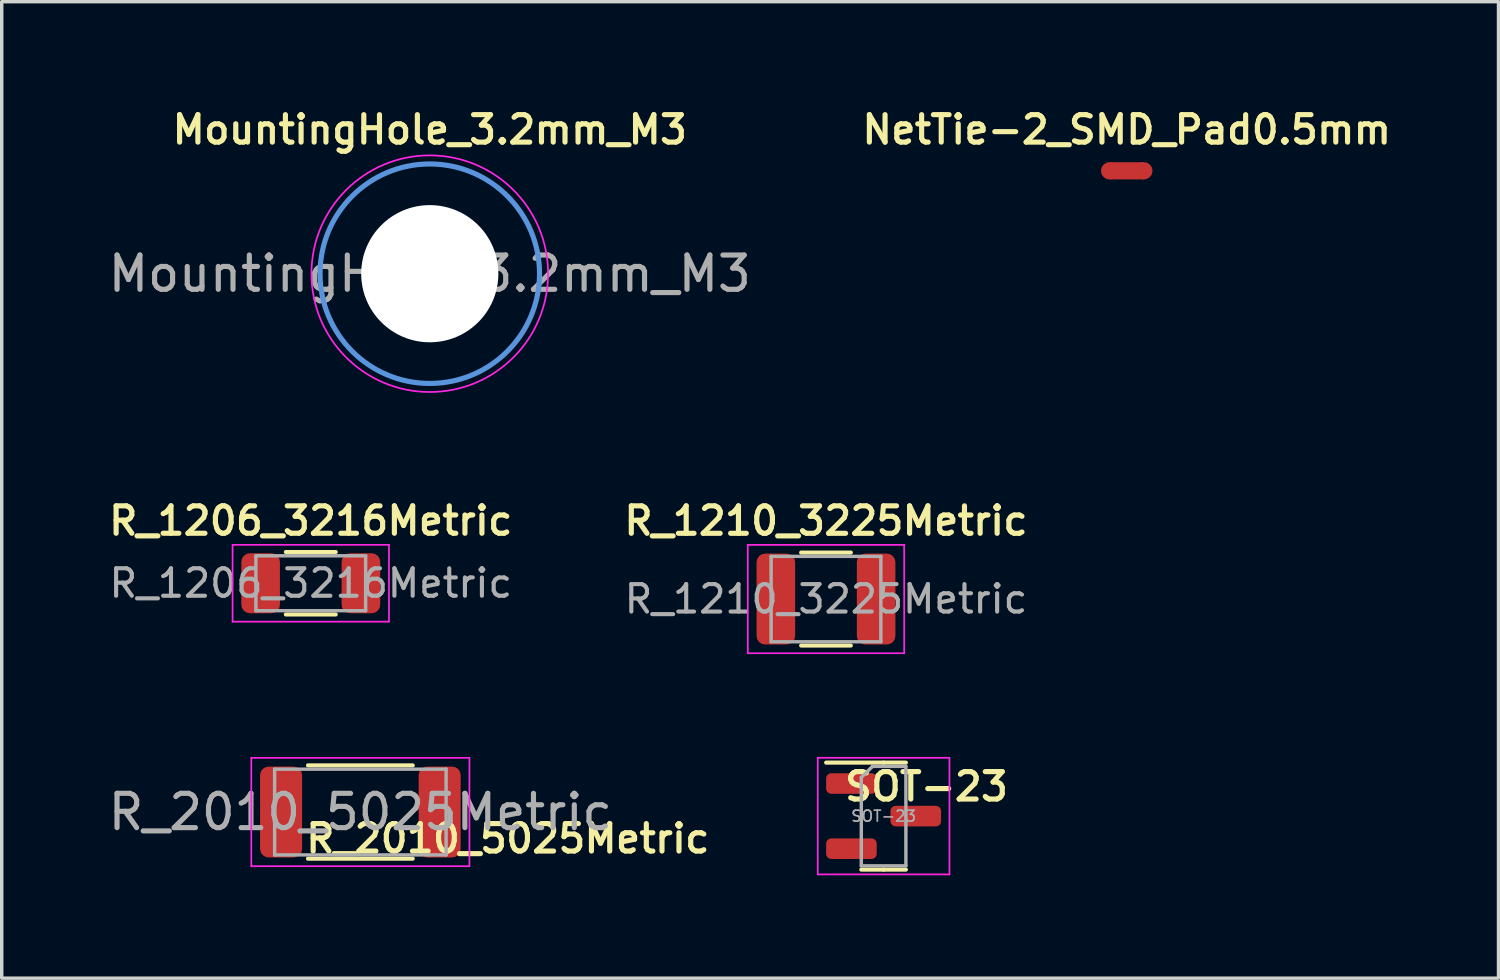
<source format=kicad_pcb>
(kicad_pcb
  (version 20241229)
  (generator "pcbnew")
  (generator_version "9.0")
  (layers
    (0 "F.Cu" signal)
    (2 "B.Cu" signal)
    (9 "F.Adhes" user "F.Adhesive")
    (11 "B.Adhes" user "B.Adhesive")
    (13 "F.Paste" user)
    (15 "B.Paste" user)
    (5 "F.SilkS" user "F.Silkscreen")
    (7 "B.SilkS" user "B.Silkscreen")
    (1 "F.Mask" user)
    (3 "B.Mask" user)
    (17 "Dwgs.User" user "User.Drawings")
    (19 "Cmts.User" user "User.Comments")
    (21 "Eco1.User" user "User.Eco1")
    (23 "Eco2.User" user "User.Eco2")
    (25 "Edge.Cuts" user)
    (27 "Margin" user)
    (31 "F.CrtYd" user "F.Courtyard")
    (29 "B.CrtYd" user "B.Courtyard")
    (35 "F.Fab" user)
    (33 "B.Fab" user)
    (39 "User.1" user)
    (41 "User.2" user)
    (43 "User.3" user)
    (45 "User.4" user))
  (footprint "R_2010_5025Metric"
    (layer "F.Cu")
    (at 7.458 20.628)
    (property "Reference" "R_2010_5025Metric" (at 4.3 0.775 0) (layer "F.SilkS") (effects (font (size 0.8 0.8) (thickness 0.15))))
    (attr smd)
    (fp_line (start -1.527 -1.36) (end 1.527 -1.36) (stroke (width 0.12) (type solid)) (layer "F.SilkS"))
    (fp_line (start -1.527 1.36) (end 1.527 1.36) (stroke (width 0.12) (type solid)) (layer "F.SilkS"))
    (fp_line (start -3.18 -1.58) (end 3.18 -1.58) (stroke (width 0.05) (type solid)) (layer "F.CrtYd"))
    (fp_line (start -3.18 1.58) (end -3.18 -1.58) (stroke (width 0.05) (type solid)) (layer "F.CrtYd"))
    (fp_line (start 3.18 -1.58) (end 3.18 1.58) (stroke (width 0.05) (type solid)) (layer "F.CrtYd"))
    (fp_line (start 3.18 1.58) (end -3.18 1.58) (stroke (width 0.05) (type solid)) (layer "F.CrtYd"))
    (fp_line (start -2.5 -1.25) (end 2.5 -1.25) (stroke (width 0.1) (type solid)) (layer "F.Fab"))
    (fp_line (start -2.5 1.25) (end -2.5 -1.25) (stroke (width 0.1) (type solid)) (layer "F.Fab"))
    (fp_line (start 2.5 -1.25) (end 2.5 1.25) (stroke (width 0.1) (type solid)) (layer "F.Fab"))
    (fp_line (start 2.5 1.25) (end -2.5 1.25) (stroke (width 0.1) (type solid)) (layer "F.Fab"))
    (fp_text user "${REFERENCE}" (at 0 0 0) (layer "F.Fab") (effects (font (size 1 1) (thickness 0.15))))
    (pad "1" smd roundrect (at -2.312 0) (size 1.225 2.65) (layers "F.Cu" "F.Mask" "F.Paste") (roundrect_rratio 0.204))
    (pad "2" smd roundrect (at 2.312 0) (size 1.225 2.65) (layers "F.Cu" "F.Mask" "F.Paste") (roundrect_rratio 0.204)))
  (footprint "NetTie-2_SMD_Pad0.5mm"
    (layer "F.Cu")
    (at 29.805 1.931)
    (property "Reference" "NetTie-2_SMD_Pad0.5mm" (at 0 -1.2 0) (layer "F.SilkS") (effects (font (size 0.8 0.8) (thickness 0.15))))
    (attr exclude_from_pos_files exclude_from_bom allow_missing_courtyard)
    (fp_poly (pts (xy -0.5 -0.25) (xy 0.5 -0.25) (xy 0.5 0.25) (xy -0.5 0.25)) (stroke (width 0) (type solid)) (fill yes) (layer "F.Cu"))
    (pad "1" smd circle (at -0.5 0 180) (size 0.5 0.5) (layers "F.Cu"))
    (pad "2" smd circle (at 0.5 0 180) (size 0.5 0.5) (layers "F.Cu")))
  (footprint "MountingHole_3.2mm_M3"
    (layer "F.Cu")
    (at 9.482 4.931)
    (property "Reference" "MountingHole_3.2mm_M3" (at 0 -4.2 0) (layer "F.SilkS") (effects (font (size 0.8 0.8) (thickness 0.15))))
    (attr exclude_from_pos_files exclude_from_bom)
    (fp_circle (center 0 0) (end 3.2 0) (stroke (width 0.15) (type solid)) (fill no) (layer "Cmts.User"))
    (fp_circle (center 0 0) (end 3.45 0) (stroke (width 0.05) (type solid)) (fill no) (layer "F.CrtYd"))
    (fp_text user "${REFERENCE}" (at 0 0 0) (layer "F.Fab") (effects (font (size 1 1) (thickness 0.15))))
    (pad "" np_thru_hole circle (at 0 0) (size 4 4) (drill 4) (layers "*.Cu" "*.Mask")))
  (footprint "SOT-23"
    (layer "F.Cu")
    (at 22.715 20.747)
    (property "Reference" "SOT-23" (at 1.25 -0.86 0) (layer "F.SilkS") (effects (font (size 0.8 0.8) (thickness 0.15))))
    (attr smd)
    (fp_line (start 0 -1.56) (end -1.675 -1.56) (stroke (width 0.12) (type solid)) (layer "F.SilkS"))
    (fp_line (start 0 -1.56) (end 0.65 -1.56) (stroke (width 0.12) (type solid)) (layer "F.SilkS"))
    (fp_line (start 0 1.56) (end -0.65 1.56) (stroke (width 0.12) (type solid)) (layer "F.SilkS"))
    (fp_line (start 0 1.56) (end 0.65 1.56) (stroke (width 0.12) (type solid)) (layer "F.SilkS"))
    (fp_line (start -1.92 -1.7) (end -1.92 1.7) (stroke (width 0.05) (type solid)) (layer "F.CrtYd"))
    (fp_line (start -1.92 1.7) (end 1.92 1.7) (stroke (width 0.05) (type solid)) (layer "F.CrtYd"))
    (fp_line (start 1.92 -1.7) (end -1.92 -1.7) (stroke (width 0.05) (type solid)) (layer "F.CrtYd"))
    (fp_line (start 1.92 1.7) (end 1.92 -1.7) (stroke (width 0.05) (type solid)) (layer "F.CrtYd"))
    (fp_line (start -0.65 -1.125) (end -0.325 -1.45) (stroke (width 0.1) (type solid)) (layer "F.Fab"))
    (fp_line (start -0.65 1.45) (end -0.65 -1.125) (stroke (width 0.1) (type solid)) (layer "F.Fab"))
    (fp_line (start -0.325 -1.45) (end 0.65 -1.45) (stroke (width 0.1) (type solid)) (layer "F.Fab"))
    (fp_line (start 0.65 -1.45) (end 0.65 1.45) (stroke (width 0.1) (type solid)) (layer "F.Fab"))
    (fp_line (start 0.65 1.45) (end -0.65 1.45) (stroke (width 0.1) (type solid)) (layer "F.Fab"))
    (fp_text user "${REFERENCE}" (at 0 0 0) (layer "F.Fab") (effects (font (size 0.32 0.32) (thickness 0.05))))
    (pad "1" smd roundrect (at -0.938 -0.95) (size 1.475 0.6) (layers "F.Cu" "F.Mask" "F.Paste") (roundrect_rratio 0.25))
    (pad "2" smd roundrect (at -0.938 0.95) (size 1.475 0.6) (layers "F.Cu" "F.Mask" "F.Paste") (roundrect_rratio 0.25))
    (pad "3" smd roundrect (at 0.938 0) (size 1.475 0.6) (layers "F.Cu" "F.Mask" "F.Paste") (roundrect_rratio 0.25)))
  (footprint "R_1206_3216Metric"
    (layer "F.Cu")
    (at 6.012 13.957)
    (property "Reference" "R_1206_3216Metric" (at 0 -1.82 180) (layer "F.SilkS") (effects (font (size 0.8 0.8) (thickness 0.15))))
    (attr smd)
    (fp_line (start -0.727 -0.91) (end 0.727 -0.91) (stroke (width 0.12) (type solid)) (layer "F.SilkS"))
    (fp_line (start -0.727 0.91) (end 0.727 0.91) (stroke (width 0.12) (type solid)) (layer "F.SilkS"))
    (fp_line (start -2.28 -1.12) (end 2.28 -1.12) (stroke (width 0.05) (type solid)) (layer "F.CrtYd"))
    (fp_line (start -2.28 1.12) (end -2.28 -1.12) (stroke (width 0.05) (type solid)) (layer "F.CrtYd"))
    (fp_line (start 2.28 -1.12) (end 2.28 1.12) (stroke (width 0.05) (type solid)) (layer "F.CrtYd"))
    (fp_line (start 2.28 1.12) (end -2.28 1.12) (stroke (width 0.05) (type solid)) (layer "F.CrtYd"))
    (fp_line (start -1.6 -0.8) (end 1.6 -0.8) (stroke (width 0.1) (type solid)) (layer "F.Fab"))
    (fp_line (start -1.6 0.8) (end -1.6 -0.8) (stroke (width 0.1) (type solid)) (layer "F.Fab"))
    (fp_line (start 1.6 -0.8) (end 1.6 0.8) (stroke (width 0.1) (type solid)) (layer "F.Fab"))
    (fp_line (start 1.6 0.8) (end -1.6 0.8) (stroke (width 0.1) (type solid)) (layer "F.Fab"))
    (fp_text user "${REFERENCE}" (at 0 0 180) (layer "F.Fab") (effects (font (size 0.8 0.8) (thickness 0.12))))
    (pad "1" smd roundrect (at -1.462 0) (size 1.125 1.75) (layers "F.Cu" "F.Mask" "F.Paste") (roundrect_rratio 0.222))
    (pad "2" smd roundrect (at 1.462 0) (size 1.125 1.75) (layers "F.Cu" "F.Mask" "F.Paste") (roundrect_rratio 0.222)))
  (footprint "R_1210_3225Metric"
    (layer "F.Cu")
    (at 21.035 14.418)
    (property "Reference" "R_1210_3225Metric" (at 0 -2.28 0) (layer "F.SilkS") (effects (font (size 0.8 0.8) (thickness 0.15))))
    (attr smd)
    (fp_line (start -0.724 -1.355) (end 0.724 -1.355) (stroke (width 0.12) (type solid)) (layer "F.SilkS"))
    (fp_line (start -0.724 1.355) (end 0.724 1.355) (stroke (width 0.12) (type solid)) (layer "F.SilkS"))
    (fp_line (start -2.28 -1.58) (end 2.28 -1.58) (stroke (width 0.05) (type solid)) (layer "F.CrtYd"))
    (fp_line (start -2.28 1.58) (end -2.28 -1.58) (stroke (width 0.05) (type solid)) (layer "F.CrtYd"))
    (fp_line (start 2.28 -1.58) (end 2.28 1.58) (stroke (width 0.05) (type solid)) (layer "F.CrtYd"))
    (fp_line (start 2.28 1.58) (end -2.28 1.58) (stroke (width 0.05) (type solid)) (layer "F.CrtYd"))
    (fp_line (start -1.6 -1.245) (end 1.6 -1.245) (stroke (width 0.1) (type solid)) (layer "F.Fab"))
    (fp_line (start -1.6 1.245) (end -1.6 -1.245) (stroke (width 0.1) (type solid)) (layer "F.Fab"))
    (fp_line (start 1.6 -1.245) (end 1.6 1.245) (stroke (width 0.1) (type solid)) (layer "F.Fab"))
    (fp_line (start 1.6 1.245) (end -1.6 1.245) (stroke (width 0.1) (type solid)) (layer "F.Fab"))
    (fp_text user "${REFERENCE}" (at 0 0 0) (layer "F.Fab") (effects (font (size 0.8 0.8) (thickness 0.12))))
    (pad "1" smd roundrect (at -1.462 0) (size 1.125 2.65) (layers "F.Cu" "F.Mask" "F.Paste") (roundrect_rratio 0.222))
    (pad "2" smd roundrect (at 1.462 0) (size 1.125 2.65) (layers "F.Cu" "F.Mask" "F.Paste") (roundrect_rratio 0.222)))
  (gr_rect
    (start -3 -3)
    (end 40.645 25.473)
    (stroke (width 0.1) (type default))
    (fill no)
    (layer "Edge.Cuts")))
</source>
